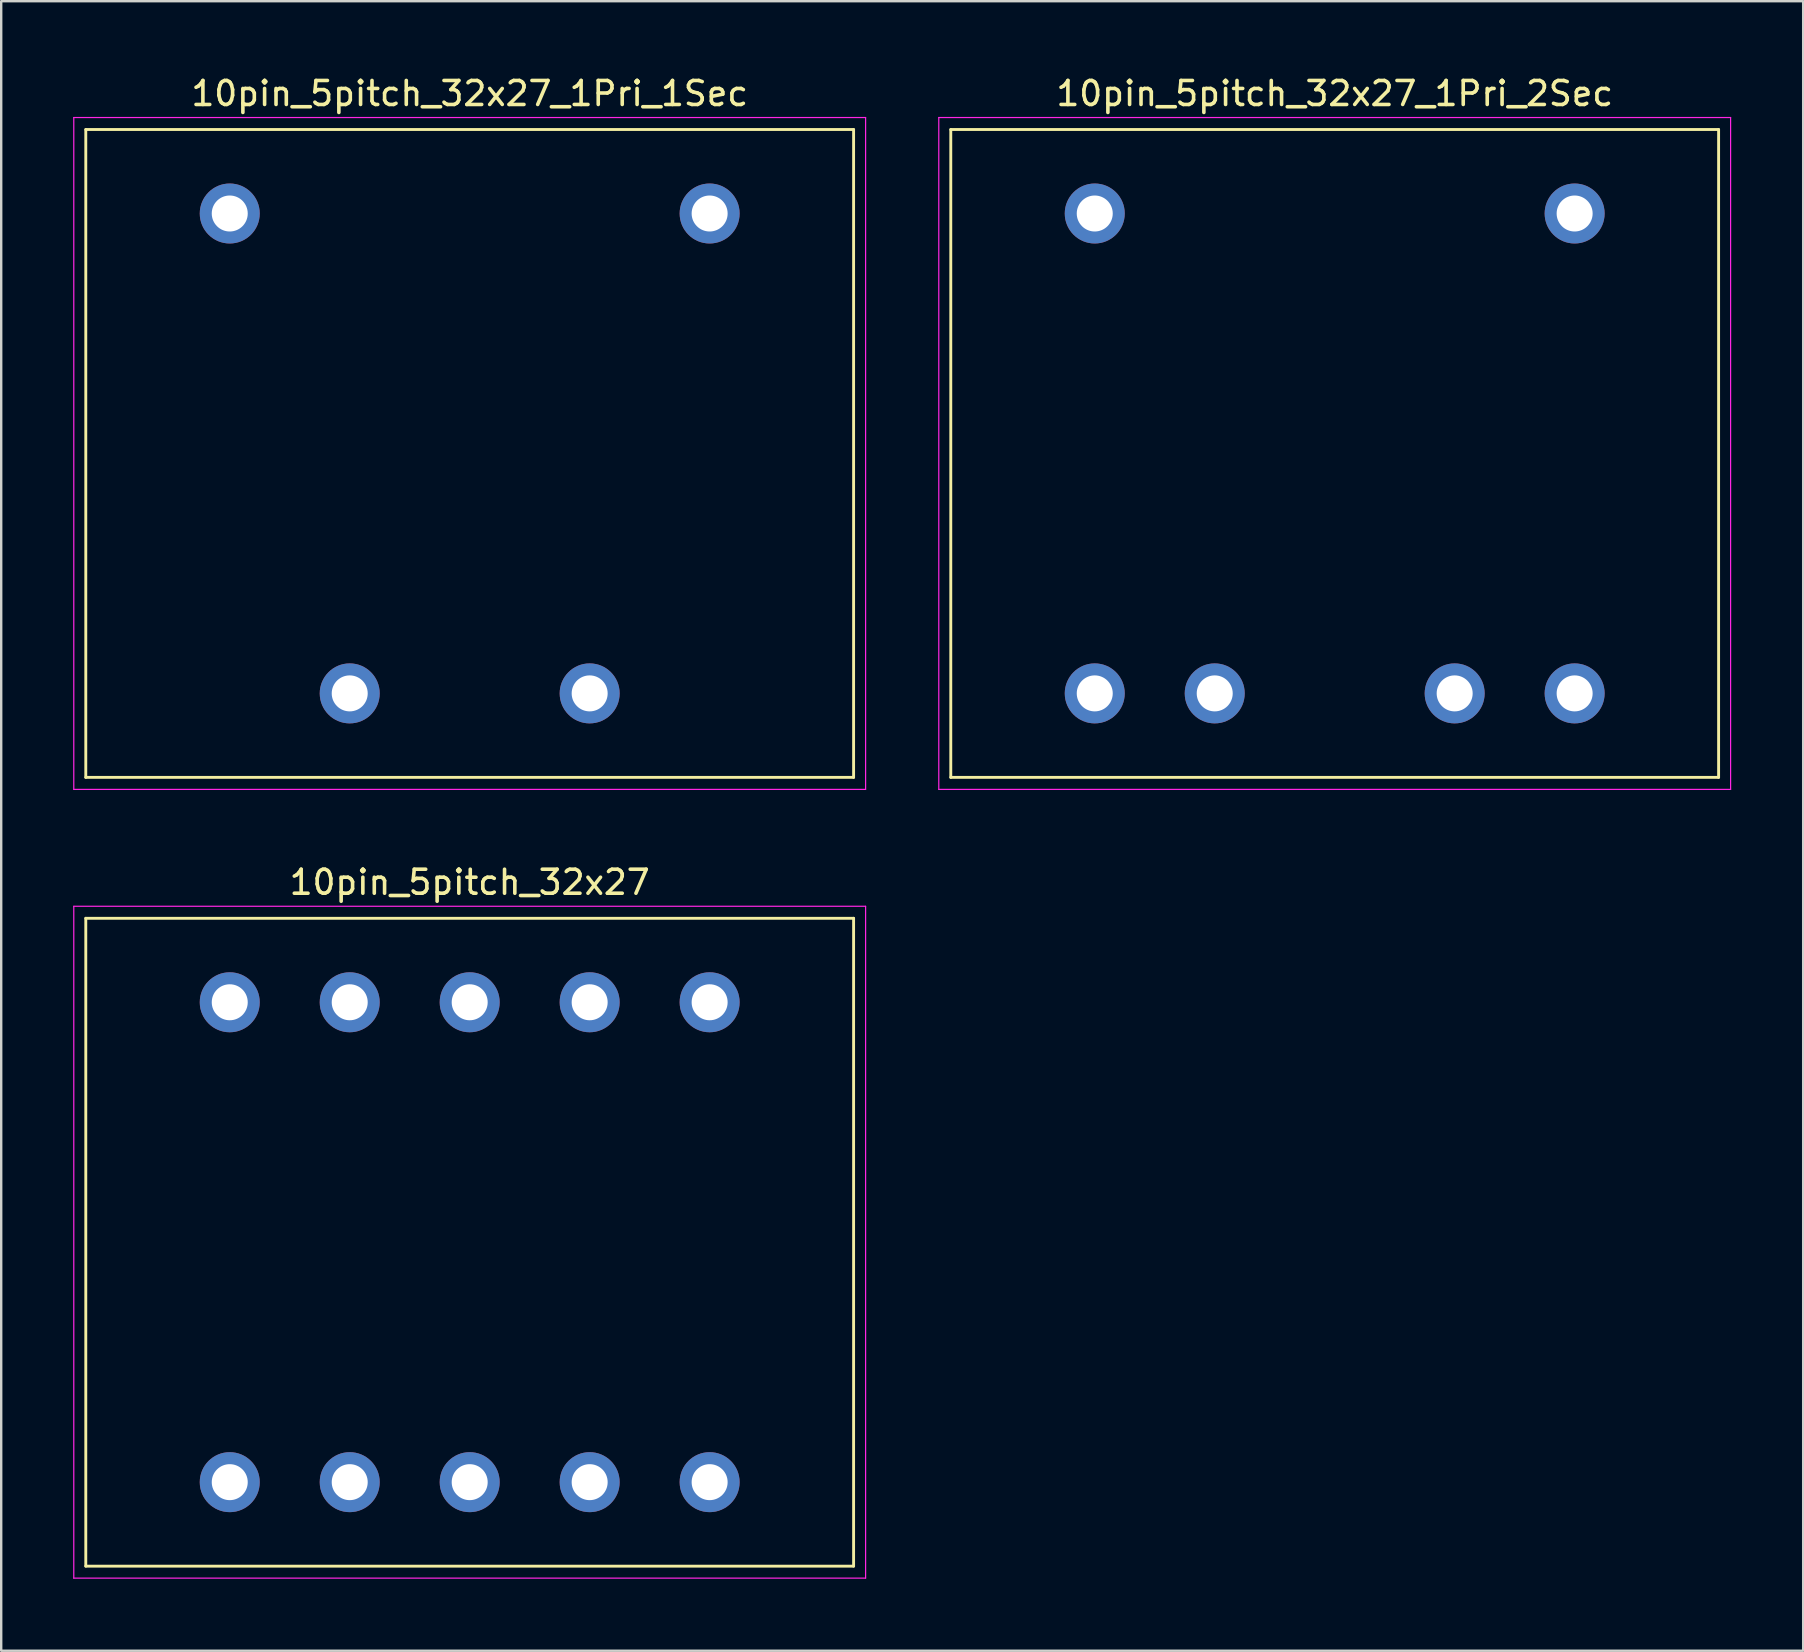
<source format=kicad_pcb>
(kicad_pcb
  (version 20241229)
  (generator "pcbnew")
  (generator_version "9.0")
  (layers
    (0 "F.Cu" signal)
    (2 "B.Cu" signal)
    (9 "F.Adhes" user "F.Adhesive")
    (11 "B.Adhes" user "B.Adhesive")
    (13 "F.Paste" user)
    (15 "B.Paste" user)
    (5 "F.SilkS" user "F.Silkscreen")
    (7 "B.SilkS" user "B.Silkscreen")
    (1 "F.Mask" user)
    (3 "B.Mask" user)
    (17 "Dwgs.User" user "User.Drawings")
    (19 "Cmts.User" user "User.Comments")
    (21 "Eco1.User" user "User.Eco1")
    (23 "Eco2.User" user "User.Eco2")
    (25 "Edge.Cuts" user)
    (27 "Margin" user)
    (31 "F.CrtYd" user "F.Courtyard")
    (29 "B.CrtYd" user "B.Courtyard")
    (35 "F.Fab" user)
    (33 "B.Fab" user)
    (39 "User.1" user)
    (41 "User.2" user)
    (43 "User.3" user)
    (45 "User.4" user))
  (footprint "10pin_5pitch_32x27"
    (layer "F.Cu")
    (at 16.525 48.721)
    (property "Reference" "10pin_5pitch_32x27" (at 0 -15 0) (unlocked yes) (layer "F.SilkS") (effects (font (size 1 1) (thickness 0.15))))
    (attr smd)
    (fp_line (start -16 -13.5) (end 16 -13.5) (stroke (width 0.12) (type solid)) (layer "F.SilkS"))
    (fp_line (start -16 13.5) (end -16 -13.5) (stroke (width 0.12) (type solid)) (layer "F.SilkS"))
    (fp_line (start 16 -13.5) (end 16 13.5) (stroke (width 0.12) (type solid)) (layer "F.SilkS"))
    (fp_line (start 16 13.5) (end -16 13.5) (stroke (width 0.12) (type solid)) (layer "F.SilkS"))
    (fp_line (start -16.5 -14) (end 16.5 -14) (stroke (width 0.05) (type solid)) (layer "F.CrtYd"))
    (fp_line (start -16.5 14) (end -16.5 -14) (stroke (width 0.05) (type solid)) (layer "F.CrtYd"))
    (fp_line (start 16.5 -14) (end 16.5 14) (stroke (width 0.05) (type solid)) (layer "F.CrtYd"))
    (fp_line (start 16.5 14) (end -16.5 14) (stroke (width 0.05) (type solid)) (layer "F.CrtYd"))
    (pad "1" thru_hole circle (at 10 -10) (size 2.5 2.5) (drill 1.5) (layers "*.Cu" "*.Mask"))
    (pad "2" thru_hole circle (at 5 -10) (size 2.5 2.5) (drill 1.5) (layers "*.Cu" "*.Mask"))
    (pad "3" thru_hole circle (at 0 -10) (size 2.5 2.5) (drill 1.5) (layers "*.Cu" "*.Mask"))
    (pad "4" thru_hole circle (at -5 -10) (size 2.5 2.5) (drill 1.5) (layers "*.Cu" "*.Mask"))
    (pad "5" thru_hole circle (at -10 -10) (size 2.5 2.5) (drill 1.5) (layers "*.Cu" "*.Mask"))
    (pad "6" thru_hole circle (at -10 10) (size 2.5 2.5) (drill 1.5) (layers "*.Cu" "*.Mask"))
    (pad "7" thru_hole circle (at -5 10) (size 2.5 2.5) (drill 1.5) (layers "*.Cu" "*.Mask"))
    (pad "8" thru_hole circle (at 0 10) (size 2.5 2.5) (drill 1.5) (layers "*.Cu" "*.Mask"))
    (pad "9" thru_hole circle (at 5 10) (size 2.5 2.5) (drill 1.5) (layers "*.Cu" "*.Mask"))
    (pad "10" thru_hole circle (at 10 10) (size 2.5 2.5) (drill 1.5) (layers "*.Cu" "*.Mask")))
  (footprint "10pin_5pitch_32x27_1Pri_1Sec"
    (layer "F.Cu")
    (at 16.525 15.848)
    (property "Reference" "10pin_5pitch_32x27_1Pri_1Sec" (at 0 -15 0) (unlocked yes) (layer "F.SilkS") (effects (font (size 1 1) (thickness 0.15))))
    (attr smd)
    (fp_line (start -16 -13.5) (end 16 -13.5) (stroke (width 0.12) (type solid)) (layer "F.SilkS"))
    (fp_line (start -16 13.5) (end -16 -13.5) (stroke (width 0.12) (type solid)) (layer "F.SilkS"))
    (fp_line (start 16 -13.5) (end 16 13.5) (stroke (width 0.12) (type solid)) (layer "F.SilkS"))
    (fp_line (start 16 13.5) (end -16 13.5) (stroke (width 0.12) (type solid)) (layer "F.SilkS"))
    (fp_line (start -16.5 -14) (end 16.5 -14) (stroke (width 0.05) (type solid)) (layer "F.CrtYd"))
    (fp_line (start -16.5 14) (end -16.5 -14) (stroke (width 0.05) (type solid)) (layer "F.CrtYd"))
    (fp_line (start 16.5 -14) (end 16.5 14) (stroke (width 0.05) (type solid)) (layer "F.CrtYd"))
    (fp_line (start 16.5 14) (end -16.5 14) (stroke (width 0.05) (type solid)) (layer "F.CrtYd"))
    (pad "1" thru_hole circle (at 10 -10) (size 2.5 2.5) (drill 1.5) (layers "*.Cu" "*.Mask"))
    (pad "5" thru_hole circle (at -10 -10) (size 2.5 2.5) (drill 1.5) (layers "*.Cu" "*.Mask"))
    (pad "7" thru_hole circle (at -5 10) (size 2.5 2.5) (drill 1.5) (layers "*.Cu" "*.Mask"))
    (pad "9" thru_hole circle (at 5 10) (size 2.5 2.5) (drill 1.5) (layers "*.Cu" "*.Mask")))
  (footprint "10pin_5pitch_32x27_1Pri_2Sec"
    (layer "F.Cu")
    (at 52.575 15.848)
    (property "Reference" "10pin_5pitch_32x27_1Pri_2Sec" (at 0 -15 0) (unlocked yes) (layer "F.SilkS") (effects (font (size 1 1) (thickness 0.15))))
    (attr smd)
    (fp_line (start -16 -13.5) (end 16 -13.5) (stroke (width 0.12) (type solid)) (layer "F.SilkS"))
    (fp_line (start -16 13.5) (end -16 -13.5) (stroke (width 0.12) (type solid)) (layer "F.SilkS"))
    (fp_line (start 16 -13.5) (end 16 13.5) (stroke (width 0.12) (type solid)) (layer "F.SilkS"))
    (fp_line (start 16 13.5) (end -16 13.5) (stroke (width 0.12) (type solid)) (layer "F.SilkS"))
    (fp_line (start -16.5 -14) (end 16.5 -14) (stroke (width 0.05) (type solid)) (layer "F.CrtYd"))
    (fp_line (start -16.5 14) (end -16.5 -14) (stroke (width 0.05) (type solid)) (layer "F.CrtYd"))
    (fp_line (start 16.5 -14) (end 16.5 14) (stroke (width 0.05) (type solid)) (layer "F.CrtYd"))
    (fp_line (start 16.5 14) (end -16.5 14) (stroke (width 0.05) (type solid)) (layer "F.CrtYd"))
    (pad "1" thru_hole circle (at 10 -10) (size 2.5 2.5) (drill 1.5) (layers "*.Cu" "*.Mask"))
    (pad "5" thru_hole circle (at -10 -10) (size 2.5 2.5) (drill 1.5) (layers "*.Cu" "*.Mask"))
    (pad "6" thru_hole circle (at -10 10) (size 2.5 2.5) (drill 1.5) (layers "*.Cu" "*.Mask"))
    (pad "7" thru_hole circle (at -5 10) (size 2.5 2.5) (drill 1.5) (layers "*.Cu" "*.Mask"))
    (pad "9" thru_hole circle (at 5 10) (size 2.5 2.5) (drill 1.5) (layers "*.Cu" "*.Mask"))
    (pad "10" thru_hole circle (at 10 10) (size 2.5 2.5) (drill 1.5) (layers "*.Cu" "*.Mask")))
  (gr_rect
    (start -3 -3)
    (end 72.1 65.746)
    (stroke (width 0.1) (type default))
    (fill no)
    (layer "Edge.Cuts")))
</source>
